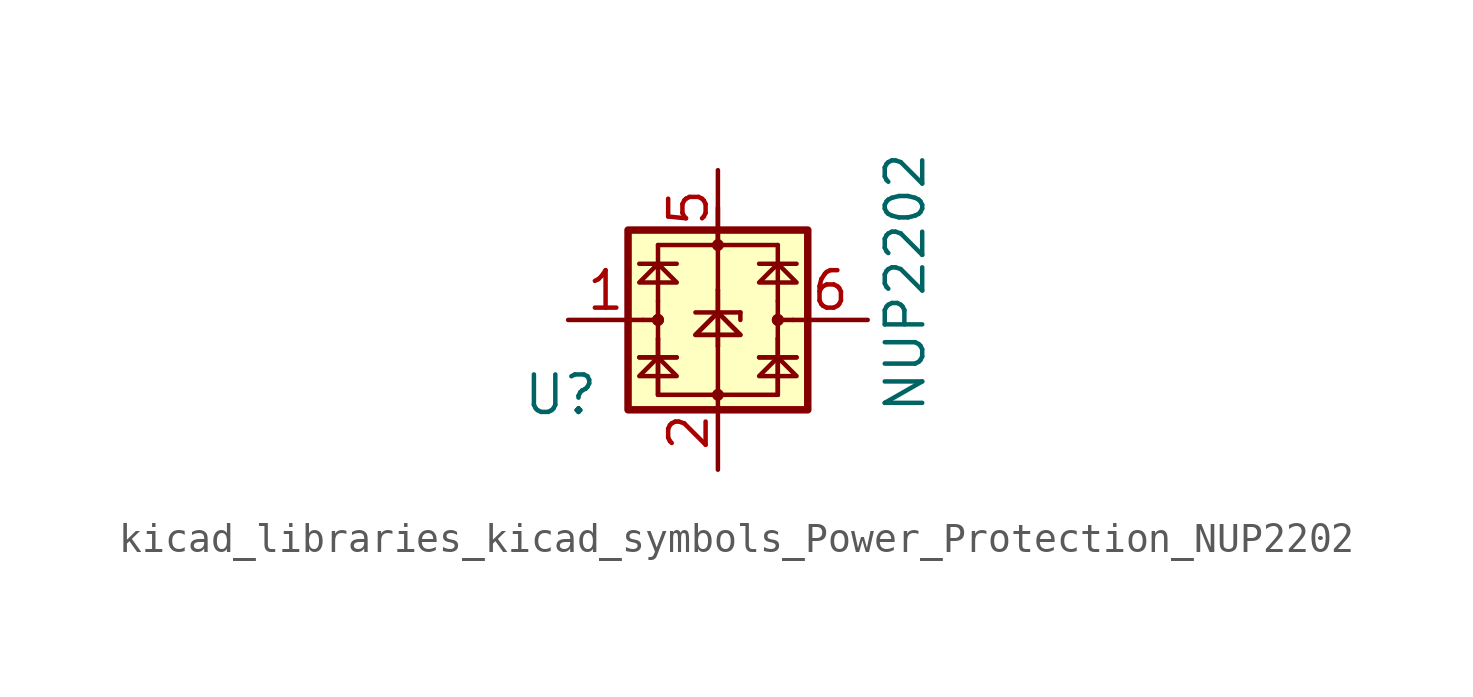
<source format=kicad_sym>
(kicad_symbol_lib
  (version 20220914)
  (generator kicad_symbol_editor)
  (symbol "kicad_libraries_kicad_symbols_Power_Protection_NUP2202"
    (property "Reference" "U"
      (at -5.334 -2.54 0)
      (effects (font (size 1.27 1.27))))
    (property "Value" "NUP2202"
      (at 6.35 1.27 90)
      (effects (font (size 1.27 1.27))))
    (symbol "kicad_libraries_kicad_symbols_Power_Protection_NUP2202_0_1"
      (rectangle (start -3.048 3.048) (end 3.048 -3.048) (stroke (width 0.254) (type default)) (fill (type background)))
      (circle (center -2.032 0) (radius 0.127) (stroke (width 0) (type default)) (fill (type none)))
      (circle (center -2.032 0) (radius 0.127) (stroke (width 0) (type default)) (fill (type none)))
      (circle (center 0 -2.54) (radius 0.127) (stroke (width 0) (type default)) (fill (type none)))
      (polyline (pts (xy -2.667 -1.27) (xy -1.397 -1.27)) (stroke (width 0) (type default)) (fill (type none)))
      (polyline (pts (xy -2.667 -1.27) (xy -1.397 -1.27)) (stroke (width 0) (type default)) (fill (type none)))
      (polyline (pts (xy -2.667 1.905) (xy -1.397 1.905)) (stroke (width 0) (type default)) (fill (type none)))
      (polyline (pts (xy -2.54 0) (xy -2.032 0)) (stroke (width 0) (type default)) (fill (type none)))
      (polyline (pts (xy -2.032 -2.54) (xy -2.032 -0.635)) (stroke (width 0) (type default)) (fill (type none)))
      (polyline (pts (xy -2.032 -2.54) (xy -2.032 -0.635)) (stroke (width 0) (type default)) (fill (type none)))
      (polyline (pts (xy -2.032 0.635) (xy -2.032 -0.635)) (stroke (width 0) (type default)) (fill (type none)))
      (polyline (pts (xy -2.032 0.635) (xy -2.032 2.54)) (stroke (width 0) (type default)) (fill (type none)))
      (polyline (pts (xy -2.032 2.54) (xy 2.032 2.54)) (stroke (width 0) (type default)) (fill (type none)))
      (polyline (pts (xy -0.762 0.254) (xy 0.762 0.254)) (stroke (width 0) (type default)) (fill (type none)))
      (polyline (pts (xy 0 -0.889) (xy 0 -2.54)) (stroke (width 0) (type default)) (fill (type none)))
      (polyline (pts (xy 0 -0.889) (xy 0 1.016)) (stroke (width 0) (type default)) (fill (type none)))
      (polyline (pts (xy 0 -0.889) (xy 0 1.016)) (stroke (width 0) (type default)) (fill (type none)))
      (polyline (pts (xy 0 1.016) (xy 0 3.81)) (stroke (width 0) (type default)) (fill (type none)))
      (polyline (pts (xy 0.762 0) (xy 0.762 0.254)) (stroke (width 0) (type default)) (fill (type none)))
      (polyline (pts (xy 1.397 -1.27) (xy 2.667 -1.27)) (stroke (width 0) (type default)) (fill (type none)))
      (polyline (pts (xy 1.397 -1.27) (xy 2.667 -1.27)) (stroke (width 0) (type default)) (fill (type none)))
      (polyline (pts (xy 1.397 1.905) (xy 2.667 1.905)) (stroke (width 0) (type default)) (fill (type none)))
      (polyline (pts (xy 2.032 -2.54) (xy -2.032 -2.54)) (stroke (width 0) (type default)) (fill (type none)))
      (polyline (pts (xy 2.032 -2.54) (xy 2.032 -0.635)) (stroke (width 0) (type default)) (fill (type none)))
      (polyline (pts (xy 2.032 -2.54) (xy 2.032 -0.635)) (stroke (width 0) (type default)) (fill (type none)))
      (polyline (pts (xy 2.032 0) (xy 2.54 0)) (stroke (width 0) (type default)) (fill (type none)))
      (polyline (pts (xy 2.032 0.635) (xy 2.032 -0.635)) (stroke (width 0) (type default)) (fill (type none)))
      (polyline (pts (xy 2.032 0.635) (xy 2.032 2.54)) (stroke (width 0) (type default)) (fill (type none)))
      (polyline (pts (xy -2.667 -1.905) (xy -1.397 -1.905) (xy -2.032 -1.27) (xy -2.667 -1.905)) (stroke (width 0) (type default)) (fill (type none)))
      (polyline (pts (xy -2.667 1.27) (xy -1.397 1.27) (xy -2.032 1.905) (xy -2.667 1.27)) (stroke (width 0) (type default)) (fill (type none)))
      (polyline (pts (xy -0.762 -0.508) (xy 0.762 -0.508) (xy 0 0.254) (xy -0.762 -0.508)) (stroke (width 0) (type default)) (fill (type none)))
      (polyline (pts (xy -0.762 -0.508) (xy 0.762 -0.508) (xy 0 0.254) (xy -0.762 -0.508)) (stroke (width 0) (type default)) (fill (type none)))
      (polyline (pts (xy 1.397 -1.905) (xy 2.667 -1.905) (xy 2.032 -1.27) (xy 1.397 -1.905)) (stroke (width 0) (type default)) (fill (type none)))
      (polyline (pts (xy 1.397 1.27) (xy 2.667 1.27) (xy 2.032 1.905) (xy 1.397 1.27)) (stroke (width 0) (type default)) (fill (type none)))
      (circle (center 0 2.54) (radius 0.127) (stroke (width 0) (type default)) (fill (type none)))
      (circle (center 2.032 0) (radius 0.127) (stroke (width 0) (type default)) (fill (type none)))
      (circle (center 2.032 0) (radius 0.127) (stroke (width 0) (type default)) (fill (type none))))
    (symbol "kicad_libraries_kicad_symbols_Power_Protection_NUP2202_1_1"
      (pin passive line (at -5.08 0 0) (length 2.54) (name "~" (effects (font (size 1.27 1.27)))) (number "1" (effects (font (size 1.27 1.27)))))
      (pin passive line (at 0 -5.08 90) (length 2.54) (name "~" (effects (font (size 1.27 1.27)))) (number "2" (effects (font (size 1.27 1.27)))))
      (pin no_connect line (at 0 -2.54 90) (length 2.54) hide (name "~" (effects (font (size 1.27 1.27)))) (number "3" (effects (font (size 1.27 1.27)))))
      (pin no_connect line (at 0 2.54 270) (length 2.54) hide (name "~" (effects (font (size 1.27 1.27)))) (number "4" (effects (font (size 1.27 1.27)))))
      (pin passive line (at 0 5.08 270) (length 2.54) (name "~" (effects (font (size 1.27 1.27)))) (number "5" (effects (font (size 1.27 1.27)))))
      (pin passive line (at 5.08 0 180) (length 2.54) (name "~" (effects (font (size 1.27 1.27)))) (number "6" (effects (font (size 1.27 1.27))))))))
</source>
